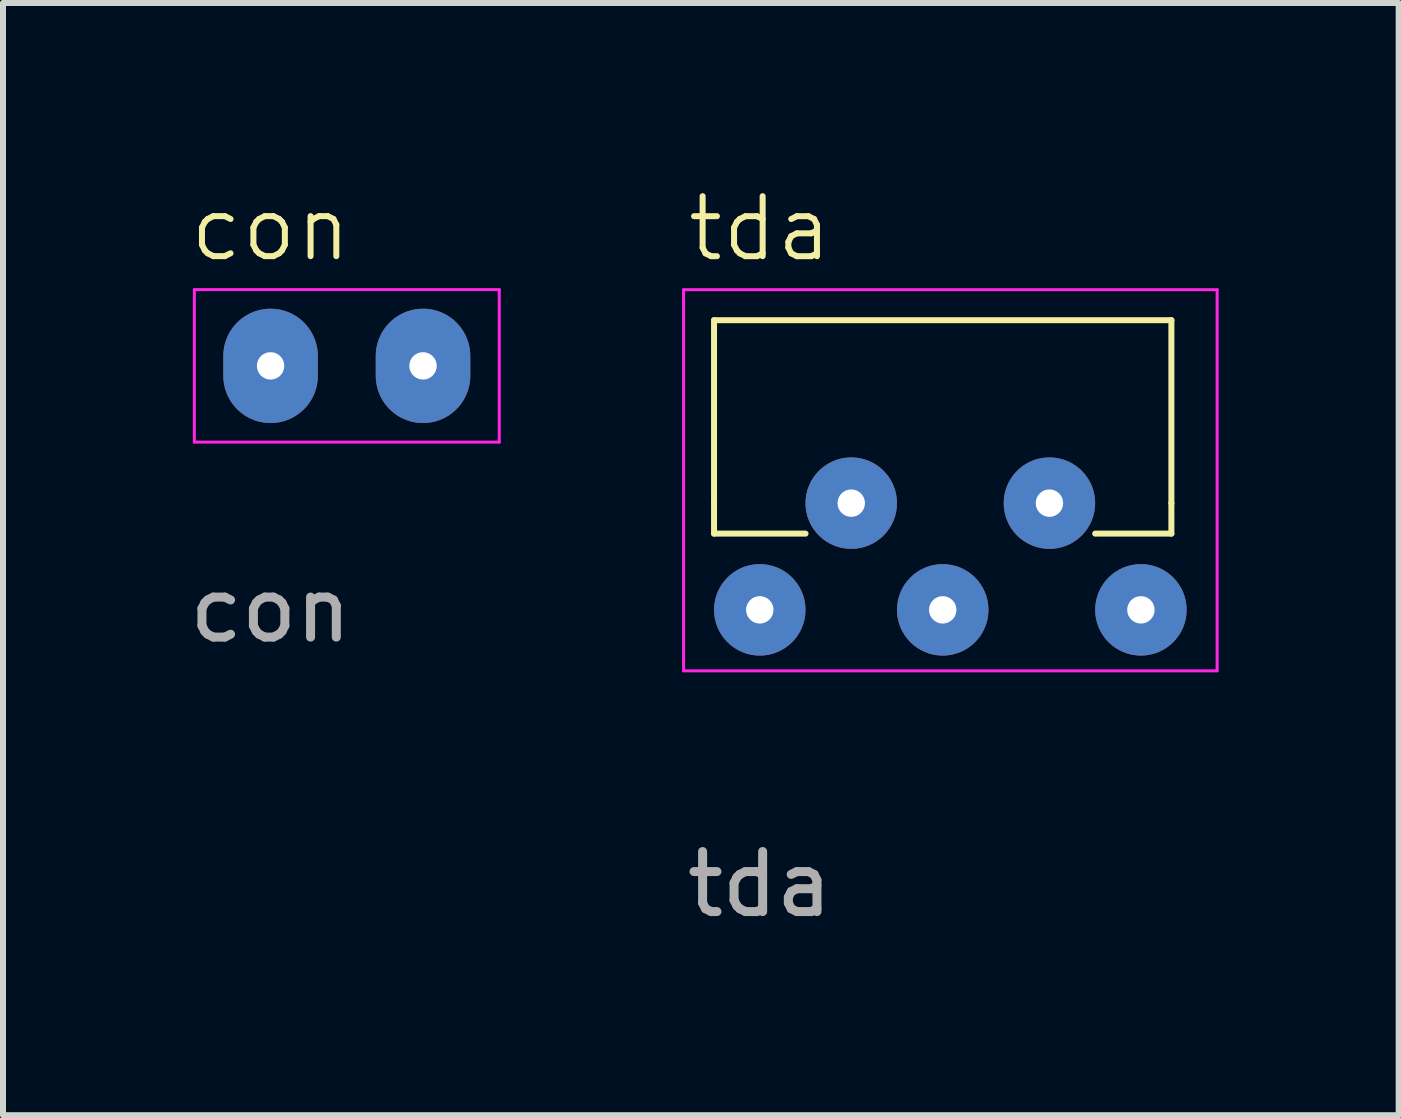
<source format=kicad_pcb>
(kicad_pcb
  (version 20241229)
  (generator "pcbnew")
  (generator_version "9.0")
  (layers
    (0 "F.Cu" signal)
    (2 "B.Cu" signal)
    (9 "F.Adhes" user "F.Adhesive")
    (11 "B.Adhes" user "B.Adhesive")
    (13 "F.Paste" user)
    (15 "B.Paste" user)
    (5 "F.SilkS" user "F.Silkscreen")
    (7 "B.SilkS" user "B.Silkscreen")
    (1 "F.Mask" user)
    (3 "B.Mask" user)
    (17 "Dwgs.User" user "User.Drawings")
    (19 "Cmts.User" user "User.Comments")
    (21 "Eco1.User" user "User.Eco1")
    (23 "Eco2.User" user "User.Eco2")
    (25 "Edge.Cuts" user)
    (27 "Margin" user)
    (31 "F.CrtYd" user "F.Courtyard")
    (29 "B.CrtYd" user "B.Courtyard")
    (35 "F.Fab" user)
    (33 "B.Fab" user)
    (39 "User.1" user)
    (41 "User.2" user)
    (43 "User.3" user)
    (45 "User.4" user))
  (footprint "tda"
    (layer "F.Cu")
    (at 9.609 7.111)
    (property "Reference" "tda" (at 0 -6.35 0) (unlocked yes) (layer "F.SilkS") (effects (font (size 1 1) (thickness 0.1))))
    (attr through_hole)
    (fp_line (start -0.762 -4.826) (end 6.858 -4.826) (stroke (width 0.1) (type default)) (layer "F.SilkS"))
    (fp_line (start -0.762 -1.778) (end -0.762 -4.826) (stroke (width 0.1) (type default)) (layer "F.SilkS"))
    (fp_line (start -0.762 -1.778) (end -0.762 -1.27) (stroke (width 0.1) (type default)) (layer "F.SilkS"))
    (fp_line (start -0.762 -1.27) (end 0.762 -1.27) (stroke (width 0.1) (type default)) (layer "F.SilkS"))
    (fp_line (start 6.858 -4.826) (end 6.858 -1.778) (stroke (width 0.1) (type default)) (layer "F.SilkS"))
    (fp_line (start 6.858 -1.778) (end 6.858 -1.27) (stroke (width 0.1) (type default)) (layer "F.SilkS"))
    (fp_line (start 6.858 -1.27) (end 5.588 -1.27) (stroke (width 0.1) (type default)) (layer "F.SilkS"))
    (fp_line (start -1.27 -5.334) (end -1.27 1.016) (stroke (width 0.05) (type default)) (layer "F.CrtYd"))
    (fp_line (start -1.27 1.016) (end 7.62 1.016) (stroke (width 0.05) (type default)) (layer "F.CrtYd"))
    (fp_line (start 7.62 -5.334) (end -1.27 -5.334) (stroke (width 0.05) (type default)) (layer "F.CrtYd"))
    (fp_line (start 7.62 1.016) (end 7.62 -5.334) (stroke (width 0.05) (type default)) (layer "F.CrtYd"))
    (fp_text user "${REFERENCE}" (at 0 4.572 0) (unlocked yes) (layer "F.Fab") (effects (font (size 1 1) (thickness 0.15))))
    (pad "1" thru_hole circle (at 0 0) (size 1.524 1.524) (drill 0.457) (layers "*.Cu" "*.Mask"))
    (pad "2" thru_hole circle (at 1.524 -1.778) (size 1.524 1.524) (drill 0.457) (layers "*.Cu" "*.Mask"))
    (pad "3" thru_hole circle (at 3.048 0) (size 1.524 1.524) (drill 0.457) (layers "*.Cu" "*.Mask"))
    (pad "4" thru_hole circle (at 4.826 -1.778) (size 1.524 1.524) (drill 0.457) (layers "*.Cu" "*.Mask"))
    (pad "5" thru_hole circle (at 6.35 0) (size 1.524 1.524) (drill 0.457) (layers "*.Cu" "*.Mask")))
  (footprint "con"
    (layer "F.Cu")
    (at 1.458 3.046)
    (property "Reference" "con" (at 0 -2.286 0) (unlocked yes) (layer "F.SilkS") (effects (font (size 1 1) (thickness 0.1))))
    (attr smd)
    (fp_line (start -1.27 -1.27) (end -1.27 1.27) (stroke (width 0.05) (type default)) (layer "F.CrtYd"))
    (fp_line (start -1.27 1.27) (end 3.81 1.27) (stroke (width 0.05) (type default)) (layer "F.CrtYd"))
    (fp_line (start 3.81 -1.27) (end -1.27 -1.27) (stroke (width 0.05) (type default)) (layer "F.CrtYd"))
    (fp_line (start 3.81 1.27) (end 3.81 -1.27) (stroke (width 0.05) (type default)) (layer "F.CrtYd"))
    (fp_text user "${REFERENCE}" (at 0 4.064 0) (unlocked yes) (layer "F.Fab") (effects (font (size 1 1) (thickness 0.15))))
    (pad "1" thru_hole oval (at 0 0) (size 1.575 1.905) (drill 0.457) (layers "*.Cu" "*.Mask"))
    (pad "2" thru_hole oval (at 2.54 0) (size 1.575 1.905) (drill 0.457) (layers "*.Cu" "*.Mask")))
  (gr_rect
    (start -3 -3)
    (end 20.254 15.531)
    (stroke (width 0.1) (type default))
    (fill no)
    (layer "Edge.Cuts")))
</source>
